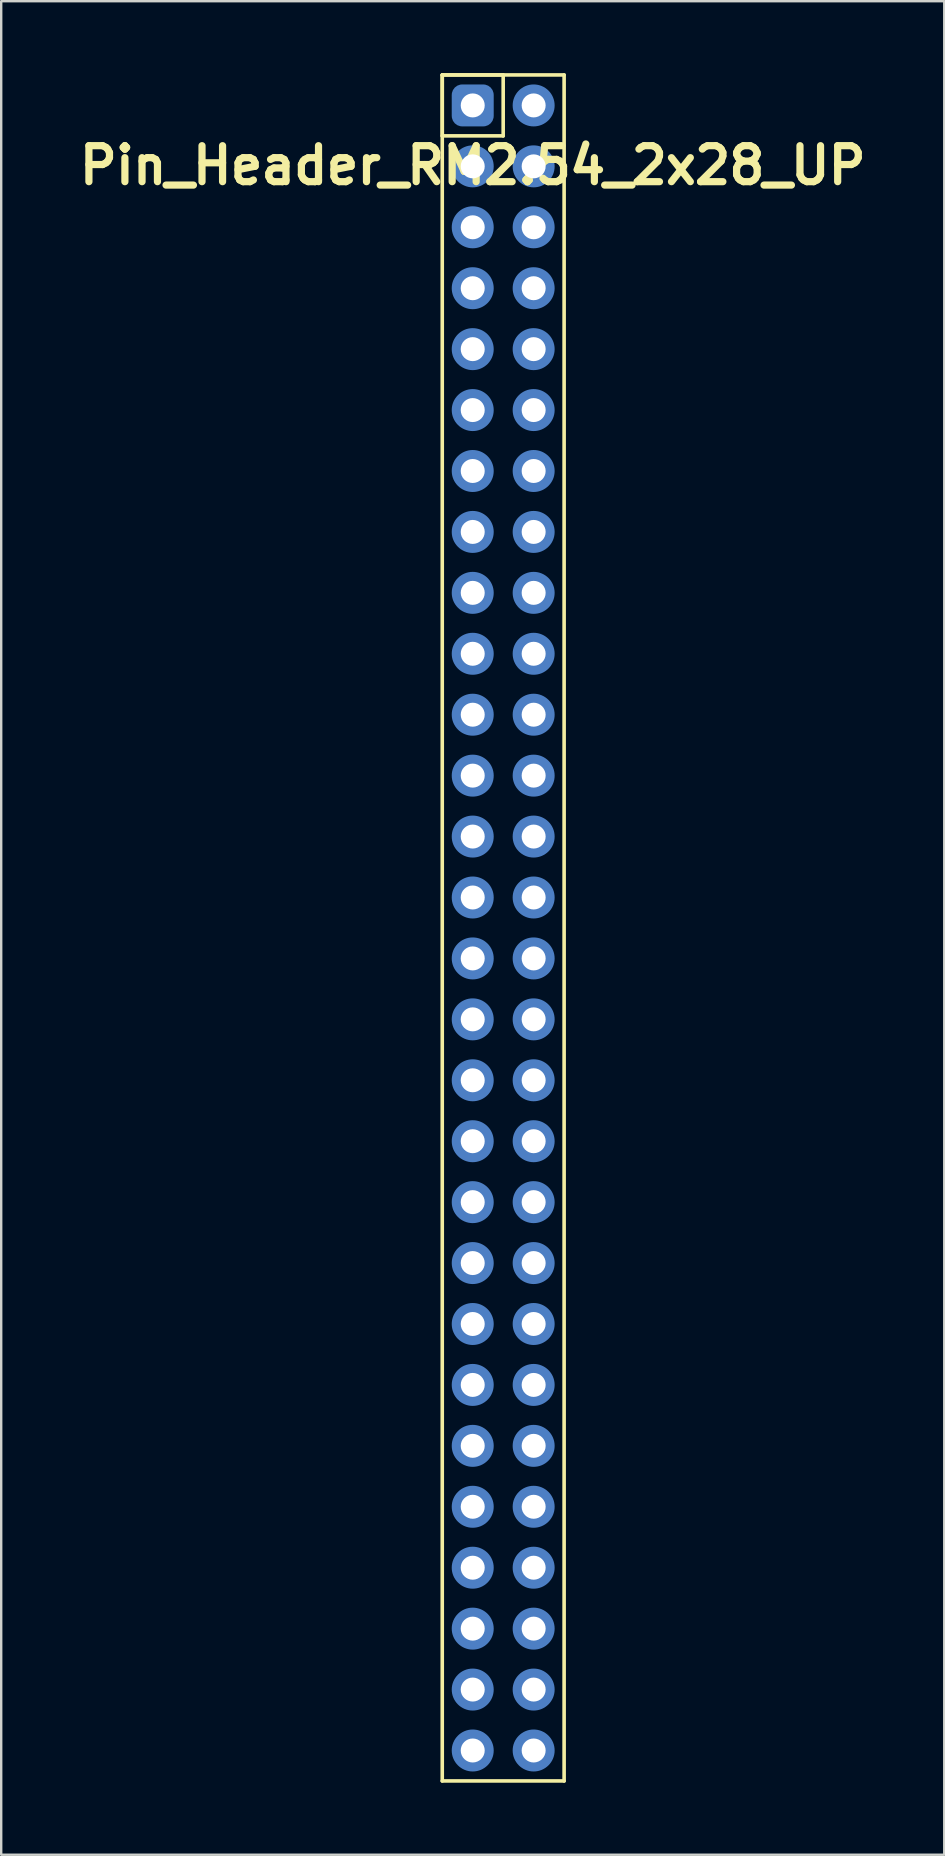
<source format=kicad_pcb>
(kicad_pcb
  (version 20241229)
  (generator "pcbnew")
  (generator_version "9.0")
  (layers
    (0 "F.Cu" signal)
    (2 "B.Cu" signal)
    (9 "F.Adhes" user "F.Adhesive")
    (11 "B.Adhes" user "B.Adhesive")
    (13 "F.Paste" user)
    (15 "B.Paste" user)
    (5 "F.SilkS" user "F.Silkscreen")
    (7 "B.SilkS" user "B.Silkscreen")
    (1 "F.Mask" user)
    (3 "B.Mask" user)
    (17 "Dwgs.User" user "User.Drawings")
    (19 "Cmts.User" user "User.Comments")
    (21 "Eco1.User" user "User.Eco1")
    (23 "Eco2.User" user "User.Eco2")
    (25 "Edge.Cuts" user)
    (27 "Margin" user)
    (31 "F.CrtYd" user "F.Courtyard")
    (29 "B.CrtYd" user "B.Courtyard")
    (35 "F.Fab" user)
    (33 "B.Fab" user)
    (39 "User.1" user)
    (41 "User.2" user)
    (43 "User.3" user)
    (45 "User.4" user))
  (footprint "Pin_Header_RM2.54_2x28_UP"
    (layer "F.Cu")
    (at 16.657 1.345)
    (property "Reference" "Pin_Header_RM2.54_2x28_UP" (at 0 2.5 0) (layer "F.SilkS") (effects (font (size 1.5 1.5) (thickness 0.3))))
    (attr through_hole)
    (fp_line (start -1.27 -1.27) (end 1.27 -1.27) (stroke (width 0.15) (type solid)) (layer "F.SilkS"))
    (fp_line (start -1.27 -1.27) (end 3.81 -1.27) (stroke (width 0.15) (type solid)) (layer "F.SilkS"))
    (fp_line (start -1.27 1.27) (end -1.27 -1.27) (stroke (width 0.15) (type solid)) (layer "F.SilkS"))
    (fp_line (start -1.27 69.85) (end -1.27 -1.27) (stroke (width 0.15) (type solid)) (layer "F.SilkS"))
    (fp_line (start 1.27 -1.27) (end 1.27 1.27) (stroke (width 0.15) (type solid)) (layer "F.SilkS"))
    (fp_line (start 1.27 1.27) (end -1.27 1.27) (stroke (width 0.15) (type solid)) (layer "F.SilkS"))
    (fp_line (start 3.81 -1.27) (end 3.81 69.85) (stroke (width 0.15) (type solid)) (layer "F.SilkS"))
    (fp_line (start 3.81 69.85) (end -1.27 69.85) (stroke (width 0.15) (type solid)) (layer "F.SilkS"))
    (pad "1" thru_hole circle (at 0 0) (size 1.3 1.3) (drill 1) (layers "*.Cu" "*.Mask"))
    (pad "1" smd roundrect (at 0 0) (size 1.5 1.5) (layers "F.Cu" "F.Mask") (roundrect_rratio 0.25))
    (pad "1" smd roundrect (at 0 0) (size 1.75 1.75) (layers "B.Cu" "B.Mask") (roundrect_rratio 0.25))
    (pad "2" thru_hole circle (at 2.54 0) (size 1.3 1.3) (drill 1) (layers "*.Cu" "*.Mask"))
    (pad "2" smd circle (at 2.54 0) (size 1.5 1.5) (layers "F.Cu" "F.Mask"))
    (pad "2" smd circle (at 2.54 0) (size 1.75 1.75) (layers "B.Cu" "B.Mask"))
    (pad "3" thru_hole circle (at 0 2.54) (size 1.3 1.3) (drill 1) (layers "*.Cu" "*.Mask"))
    (pad "3" smd circle (at 0 2.54) (size 1.5 1.5) (layers "F.Cu" "F.Mask"))
    (pad "3" smd circle (at 0 2.54) (size 1.75 1.75) (layers "B.Cu" "B.Mask"))
    (pad "4" thru_hole circle (at 2.54 2.54) (size 1.3 1.3) (drill 1) (layers "*.Cu" "*.Mask"))
    (pad "4" smd circle (at 2.54 2.54) (size 1.5 1.5) (layers "F.Cu" "F.Mask"))
    (pad "4" smd circle (at 2.54 2.54) (size 1.75 1.75) (layers "B.Cu" "B.Mask"))
    (pad "5" thru_hole circle (at 0 5.08) (size 1.3 1.3) (drill 1) (layers "*.Cu" "*.Mask"))
    (pad "5" smd circle (at 0 5.08) (size 1.5 1.5) (layers "F.Cu" "F.Mask"))
    (pad "5" smd circle (at 0 5.08) (size 1.75 1.75) (layers "B.Cu" "B.Mask"))
    (pad "6" thru_hole circle (at 2.54 5.08) (size 1.3 1.3) (drill 1) (layers "*.Cu" "*.Mask"))
    (pad "6" smd circle (at 2.54 5.08) (size 1.5 1.5) (layers "F.Cu" "F.Mask"))
    (pad "6" smd circle (at 2.54 5.08) (size 1.75 1.75) (layers "B.Cu" "B.Mask"))
    (pad "7" thru_hole circle (at 0 7.62) (size 1.3 1.3) (drill 1) (layers "*.Cu" "*.Mask"))
    (pad "7" smd circle (at 0 7.62) (size 1.5 1.5) (layers "F.Cu" "F.Mask"))
    (pad "7" smd circle (at 0 7.62) (size 1.75 1.75) (layers "B.Cu" "B.Mask"))
    (pad "8" thru_hole circle (at 2.54 7.62) (size 1.3 1.3) (drill 1) (layers "*.Cu" "*.Mask"))
    (pad "8" smd circle (at 2.54 7.62) (size 1.5 1.5) (layers "F.Cu" "F.Mask"))
    (pad "8" smd circle (at 2.54 7.62) (size 1.75 1.75) (layers "B.Cu" "B.Mask"))
    (pad "9" thru_hole circle (at 0 10.16) (size 1.3 1.3) (drill 1) (layers "*.Cu" "*.Mask"))
    (pad "9" smd circle (at 0 10.16) (size 1.5 1.5) (layers "F.Cu" "F.Mask"))
    (pad "9" smd circle (at 0 10.16) (size 1.75 1.75) (layers "B.Cu" "B.Mask"))
    (pad "10" thru_hole circle (at 2.54 10.16) (size 1.3 1.3) (drill 1) (layers "*.Cu" "*.Mask"))
    (pad "10" smd circle (at 2.54 10.16) (size 1.5 1.5) (layers "F.Cu" "F.Mask"))
    (pad "10" smd circle (at 2.54 10.16) (size 1.75 1.75) (layers "B.Cu" "B.Mask"))
    (pad "11" thru_hole circle (at 0 12.7) (size 1.3 1.3) (drill 1) (layers "*.Cu" "*.Mask"))
    (pad "11" smd circle (at 0 12.7) (size 1.5 1.5) (layers "F.Cu" "F.Mask"))
    (pad "11" smd circle (at 0 12.7) (size 1.75 1.75) (layers "B.Cu" "B.Mask"))
    (pad "12" thru_hole circle (at 2.54 12.7) (size 1.3 1.3) (drill 1) (layers "*.Cu" "*.Mask"))
    (pad "12" smd circle (at 2.54 12.7) (size 1.5 1.5) (layers "F.Cu" "F.Mask"))
    (pad "12" smd circle (at 2.54 12.7) (size 1.75 1.75) (layers "B.Cu" "B.Mask"))
    (pad "13" thru_hole circle (at 0 15.24) (size 1.3 1.3) (drill 1) (layers "*.Cu" "*.Mask"))
    (pad "13" smd circle (at 0 15.24) (size 1.5 1.5) (layers "F.Cu" "F.Mask"))
    (pad "13" smd circle (at 0 15.24) (size 1.75 1.75) (layers "B.Cu" "B.Mask"))
    (pad "14" thru_hole circle (at 2.54 15.24) (size 1.3 1.3) (drill 1) (layers "*.Cu" "*.Mask"))
    (pad "14" smd circle (at 2.54 15.24) (size 1.5 1.5) (layers "F.Cu" "F.Mask"))
    (pad "14" smd circle (at 2.54 15.24) (size 1.75 1.75) (layers "B.Cu" "B.Mask"))
    (pad "15" thru_hole circle (at 0 17.78) (size 1.3 1.3) (drill 1) (layers "*.Cu" "*.Mask"))
    (pad "15" smd circle (at 0 17.78) (size 1.5 1.5) (layers "F.Cu" "F.Mask"))
    (pad "15" smd circle (at 0 17.78) (size 1.75 1.75) (layers "B.Cu" "B.Mask"))
    (pad "16" thru_hole circle (at 2.54 17.78) (size 1.3 1.3) (drill 1) (layers "*.Cu" "*.Mask"))
    (pad "16" smd circle (at 2.54 17.78) (size 1.5 1.5) (layers "F.Cu" "F.Mask"))
    (pad "16" smd circle (at 2.54 17.78) (size 1.75 1.75) (layers "B.Cu" "B.Mask"))
    (pad "17" thru_hole circle (at 0 20.32) (size 1.3 1.3) (drill 1) (layers "*.Cu" "*.Mask"))
    (pad "17" smd circle (at 0 20.32) (size 1.5 1.5) (layers "F.Cu" "F.Mask"))
    (pad "17" smd circle (at 0 20.32) (size 1.75 1.75) (layers "B.Cu" "B.Mask"))
    (pad "18" thru_hole circle (at 2.54 20.32) (size 1.3 1.3) (drill 1) (layers "*.Cu" "*.Mask"))
    (pad "18" smd circle (at 2.54 20.32) (size 1.5 1.5) (layers "F.Cu" "F.Mask"))
    (pad "18" smd circle (at 2.54 20.32) (size 1.75 1.75) (layers "B.Cu" "B.Mask"))
    (pad "19" thru_hole circle (at 0 22.86) (size 1.3 1.3) (drill 1) (layers "*.Cu" "*.Mask"))
    (pad "19" smd circle (at 0 22.86) (size 1.5 1.5) (layers "F.Cu" "F.Mask"))
    (pad "19" smd circle (at 0 22.86) (size 1.75 1.75) (layers "B.Cu" "B.Mask"))
    (pad "20" thru_hole circle (at 2.54 22.86) (size 1.3 1.3) (drill 1) (layers "*.Cu" "*.Mask"))
    (pad "20" smd circle (at 2.54 22.86) (size 1.5 1.5) (layers "F.Cu" "F.Mask"))
    (pad "20" smd circle (at 2.54 22.86) (size 1.75 1.75) (layers "B.Cu" "B.Mask"))
    (pad "21" thru_hole circle (at 0 25.4) (size 1.3 1.3) (drill 1) (layers "*.Cu" "*.Mask"))
    (pad "21" smd circle (at 0 25.4) (size 1.5 1.5) (layers "F.Cu" "F.Mask"))
    (pad "21" smd circle (at 0 25.4) (size 1.75 1.75) (layers "B.Cu" "B.Mask"))
    (pad "22" thru_hole circle (at 2.54 25.4) (size 1.3 1.3) (drill 1) (layers "*.Cu" "*.Mask"))
    (pad "22" smd circle (at 2.54 25.4) (size 1.5 1.5) (layers "F.Cu" "F.Mask"))
    (pad "22" smd circle (at 2.54 25.4) (size 1.75 1.75) (layers "B.Cu" "B.Mask"))
    (pad "23" thru_hole circle (at 0 27.94) (size 1.3 1.3) (drill 1) (layers "*.Cu" "*.Mask"))
    (pad "23" smd circle (at 0 27.94) (size 1.5 1.5) (layers "F.Cu" "F.Mask"))
    (pad "23" smd circle (at 0 27.94) (size 1.75 1.75) (layers "B.Cu" "B.Mask"))
    (pad "24" thru_hole circle (at 2.54 27.94) (size 1.3 1.3) (drill 1) (layers "*.Cu" "*.Mask"))
    (pad "24" smd circle (at 2.54 27.94) (size 1.5 1.5) (layers "F.Cu" "F.Mask"))
    (pad "24" smd circle (at 2.54 27.94) (size 1.75 1.75) (layers "B.Cu" "B.Mask"))
    (pad "25" thru_hole circle (at 0 30.48) (size 1.3 1.3) (drill 1) (layers "*.Cu" "*.Mask"))
    (pad "25" smd circle (at 0 30.48) (size 1.5 1.5) (layers "F.Cu" "F.Mask"))
    (pad "25" smd circle (at 0 30.48) (size 1.75 1.75) (layers "B.Cu" "B.Mask"))
    (pad "26" thru_hole circle (at 2.54 30.48) (size 1.3 1.3) (drill 1) (layers "*.Cu" "*.Mask"))
    (pad "26" smd circle (at 2.54 30.48) (size 1.5 1.5) (layers "F.Cu" "F.Mask"))
    (pad "26" smd circle (at 2.54 30.48) (size 1.75 1.75) (layers "B.Cu" "B.Mask"))
    (pad "27" thru_hole circle (at 0 33.02) (size 1.3 1.3) (drill 1) (layers "*.Cu" "*.Mask"))
    (pad "27" smd circle (at 0 33.02) (size 1.5 1.5) (layers "F.Cu" "F.Mask"))
    (pad "27" smd circle (at 0 33.02) (size 1.75 1.75) (layers "B.Cu" "B.Mask"))
    (pad "28" thru_hole circle (at 2.54 33.02) (size 1.3 1.3) (drill 1) (layers "*.Cu" "*.Mask"))
    (pad "28" smd circle (at 2.54 33.02) (size 1.5 1.5) (layers "F.Cu" "F.Mask"))
    (pad "28" smd circle (at 2.54 33.02) (size 1.75 1.75) (layers "B.Cu" "B.Mask"))
    (pad "29" thru_hole circle (at 0 35.56) (size 1.3 1.3) (drill 1) (layers "*.Cu" "*.Mask"))
    (pad "29" smd circle (at 0 35.56) (size 1.5 1.5) (layers "F.Cu" "F.Mask"))
    (pad "29" smd circle (at 0 35.56) (size 1.75 1.75) (layers "B.Cu" "B.Mask"))
    (pad "30" thru_hole circle (at 2.54 35.56) (size 1.3 1.3) (drill 1) (layers "*.Cu" "*.Mask"))
    (pad "30" smd circle (at 2.54 35.56) (size 1.5 1.5) (layers "F.Cu" "F.Mask"))
    (pad "30" smd circle (at 2.54 35.56) (size 1.75 1.75) (layers "B.Cu" "B.Mask"))
    (pad "31" thru_hole circle (at 0 38.1) (size 1.3 1.3) (drill 1) (layers "*.Cu" "*.Mask"))
    (pad "31" smd circle (at 0 38.1) (size 1.5 1.5) (layers "F.Cu" "F.Mask"))
    (pad "31" smd circle (at 0 38.1) (size 1.75 1.75) (layers "B.Cu" "B.Mask"))
    (pad "32" thru_hole circle (at 2.54 38.1) (size 1.3 1.3) (drill 1) (layers "*.Cu" "*.Mask"))
    (pad "32" smd circle (at 2.54 38.1) (size 1.5 1.5) (layers "F.Cu" "F.Mask"))
    (pad "32" smd circle (at 2.54 38.1) (size 1.75 1.75) (layers "B.Cu" "B.Mask"))
    (pad "33" thru_hole circle (at 0 40.64) (size 1.3 1.3) (drill 1) (layers "*.Cu" "*.Mask"))
    (pad "33" smd circle (at 0 40.64) (size 1.5 1.5) (layers "F.Cu" "F.Mask"))
    (pad "33" smd circle (at 0 40.64) (size 1.75 1.75) (layers "B.Cu" "B.Mask"))
    (pad "34" thru_hole circle (at 2.54 40.64) (size 1.3 1.3) (drill 1) (layers "*.Cu" "*.Mask"))
    (pad "34" smd circle (at 2.54 40.64) (size 1.5 1.5) (layers "F.Cu" "F.Mask"))
    (pad "34" smd circle (at 2.54 40.64) (size 1.75 1.75) (layers "B.Cu" "B.Mask"))
    (pad "35" thru_hole circle (at 0 43.18) (size 1.3 1.3) (drill 1) (layers "*.Cu" "*.Mask"))
    (pad "35" smd circle (at 0 43.18) (size 1.5 1.5) (layers "F.Cu" "F.Mask"))
    (pad "35" smd circle (at 0 43.18) (size 1.75 1.75) (layers "B.Cu" "B.Mask"))
    (pad "36" thru_hole circle (at 2.54 43.18) (size 1.3 1.3) (drill 1) (layers "*.Cu" "*.Mask"))
    (pad "36" smd circle (at 2.54 43.18) (size 1.5 1.5) (layers "F.Cu" "F.Mask"))
    (pad "36" smd circle (at 2.54 43.18) (size 1.75 1.75) (layers "B.Cu" "B.Mask"))
    (pad "37" thru_hole circle (at 0 45.72) (size 1.3 1.3) (drill 1) (layers "*.Cu" "*.Mask"))
    (pad "37" smd circle (at 0 45.72) (size 1.5 1.5) (layers "F.Cu" "F.Mask"))
    (pad "37" smd circle (at 0 45.72) (size 1.75 1.75) (layers "B.Cu" "B.Mask"))
    (pad "38" thru_hole circle (at 2.54 45.72) (size 1.3 1.3) (drill 1) (layers "*.Cu" "*.Mask"))
    (pad "38" smd circle (at 2.54 45.72) (size 1.5 1.5) (layers "F.Cu" "F.Mask"))
    (pad "38" smd circle (at 2.54 45.72) (size 1.75 1.75) (layers "B.Cu" "B.Mask"))
    (pad "39" thru_hole circle (at 0 48.26) (size 1.3 1.3) (drill 1) (layers "*.Cu" "*.Mask"))
    (pad "39" smd circle (at 0 48.26) (size 1.5 1.5) (layers "F.Cu" "F.Mask"))
    (pad "39" smd circle (at 0 48.26) (size 1.75 1.75) (layers "B.Cu" "B.Mask"))
    (pad "40" thru_hole circle (at 2.54 48.26) (size 1.3 1.3) (drill 1) (layers "*.Cu" "*.Mask"))
    (pad "40" smd circle (at 2.54 48.26) (size 1.5 1.5) (layers "F.Cu" "F.Mask"))
    (pad "40" smd circle (at 2.54 48.26) (size 1.75 1.75) (layers "B.Cu" "B.Mask"))
    (pad "41" thru_hole circle (at 0 50.8) (size 1.3 1.3) (drill 1) (layers "*.Cu" "*.Mask"))
    (pad "41" smd circle (at 0 50.8) (size 1.5 1.5) (layers "F.Cu" "F.Mask"))
    (pad "41" smd circle (at 0 50.8) (size 1.75 1.75) (layers "B.Cu" "B.Mask"))
    (pad "42" thru_hole circle (at 2.54 50.8) (size 1.3 1.3) (drill 1) (layers "*.Cu" "*.Mask"))
    (pad "42" smd circle (at 2.54 50.8) (size 1.5 1.5) (layers "F.Cu" "F.Mask"))
    (pad "42" smd circle (at 2.54 50.8) (size 1.75 1.75) (layers "B.Cu" "B.Mask"))
    (pad "43" thru_hole circle (at 0 53.34) (size 1.3 1.3) (drill 1) (layers "*.Cu" "*.Mask"))
    (pad "43" smd circle (at 0 53.34) (size 1.5 1.5) (layers "F.Cu" "F.Mask"))
    (pad "43" smd circle (at 0 53.34) (size 1.75 1.75) (layers "B.Cu" "B.Mask"))
    (pad "44" thru_hole circle (at 2.54 53.34) (size 1.3 1.3) (drill 1) (layers "*.Cu" "*.Mask"))
    (pad "44" smd circle (at 2.54 53.34) (size 1.5 1.5) (layers "F.Cu" "F.Mask"))
    (pad "44" smd circle (at 2.54 53.34) (size 1.75 1.75) (layers "B.Cu" "B.Mask"))
    (pad "45" thru_hole circle (at 0 55.88) (size 1.3 1.3) (drill 1) (layers "*.Cu" "*.Mask"))
    (pad "45" smd circle (at 0 55.88) (size 1.5 1.5) (layers "F.Cu" "F.Mask"))
    (pad "45" smd circle (at 0 55.88) (size 1.75 1.75) (layers "B.Cu" "B.Mask"))
    (pad "46" thru_hole circle (at 2.54 55.88) (size 1.3 1.3) (drill 1) (layers "*.Cu" "*.Mask"))
    (pad "46" smd circle (at 2.54 55.88) (size 1.5 1.5) (layers "F.Cu" "F.Mask"))
    (pad "46" smd circle (at 2.54 55.88) (size 1.75 1.75) (layers "B.Cu" "B.Mask"))
    (pad "47" thru_hole circle (at 0 58.42) (size 1.3 1.3) (drill 1) (layers "*.Cu" "*.Mask"))
    (pad "47" smd circle (at 0 58.42) (size 1.5 1.5) (layers "F.Cu" "F.Mask"))
    (pad "47" smd circle (at 0 58.42) (size 1.75 1.75) (layers "B.Cu" "B.Mask"))
    (pad "48" thru_hole circle (at 2.54 58.42) (size 1.3 1.3) (drill 1) (layers "*.Cu" "*.Mask"))
    (pad "48" smd circle (at 2.54 58.42) (size 1.5 1.5) (layers "F.Cu" "F.Mask"))
    (pad "48" smd circle (at 2.54 58.42) (size 1.75 1.75) (layers "B.Cu" "B.Mask"))
    (pad "49" thru_hole circle (at 0 60.96) (size 1.3 1.3) (drill 1) (layers "*.Cu" "*.Mask"))
    (pad "49" smd circle (at 0 60.96) (size 1.5 1.5) (layers "F.Cu" "F.Mask"))
    (pad "49" smd circle (at 0 60.96) (size 1.75 1.75) (layers "B.Cu" "B.Mask"))
    (pad "50" thru_hole circle (at 2.54 60.96) (size 1.3 1.3) (drill 1) (layers "*.Cu" "*.Mask"))
    (pad "50" smd circle (at 2.54 60.96) (size 1.5 1.5) (layers "F.Cu" "F.Mask"))
    (pad "50" smd circle (at 2.54 60.96) (size 1.75 1.75) (layers "B.Cu" "B.Mask"))
    (pad "51" thru_hole circle (at 0 63.5) (size 1.3 1.3) (drill 1) (layers "*.Cu" "*.Mask"))
    (pad "51" smd circle (at 0 63.5) (size 1.5 1.5) (layers "F.Cu" "F.Mask"))
    (pad "51" smd circle (at 0 63.5) (size 1.75 1.75) (layers "B.Cu" "B.Mask"))
    (pad "52" thru_hole circle (at 2.54 63.5) (size 1.3 1.3) (drill 1) (layers "*.Cu" "*.Mask"))
    (pad "52" smd circle (at 2.54 63.5) (size 1.5 1.5) (layers "F.Cu" "F.Mask"))
    (pad "52" smd circle (at 2.54 63.5) (size 1.75 1.75) (layers "B.Cu" "B.Mask"))
    (pad "53" thru_hole circle (at 0 66.04) (size 1.3 1.3) (drill 1) (layers "*.Cu" "*.Mask"))
    (pad "53" smd circle (at 0 66.04) (size 1.5 1.5) (layers "F.Cu" "F.Mask"))
    (pad "53" smd circle (at 0 66.04) (size 1.75 1.75) (layers "B.Cu" "B.Mask"))
    (pad "54" thru_hole circle (at 2.54 66.04) (size 1.3 1.3) (drill 1) (layers "*.Cu" "*.Mask"))
    (pad "54" smd circle (at 2.54 66.04) (size 1.5 1.5) (layers "F.Cu" "F.Mask"))
    (pad "54" smd circle (at 2.54 66.04) (size 1.75 1.75) (layers "B.Cu" "B.Mask"))
    (pad "55" thru_hole circle (at 0 68.58) (size 1.3 1.3) (drill 1) (layers "*.Cu" "*.Mask"))
    (pad "55" smd circle (at 0 68.58) (size 1.5 1.5) (layers "F.Cu" "F.Mask"))
    (pad "55" smd circle (at 0 68.58) (size 1.75 1.75) (layers "B.Cu" "B.Mask"))
    (pad "56" thru_hole circle (at 2.54 68.58) (size 1.3 1.3) (drill 1) (layers "*.Cu" "*.Mask"))
    (pad "56" smd circle (at 2.54 68.58) (size 1.5 1.5) (layers "F.Cu" "F.Mask"))
    (pad "56" smd circle (at 2.54 68.58) (size 1.75 1.75) (layers "B.Cu" "B.Mask")))
  (gr_rect
    (start -3 -3)
    (end 36.314 74.27)
    (stroke (width 0.1) (type default))
    (fill no)
    (layer "Edge.Cuts")))
</source>
